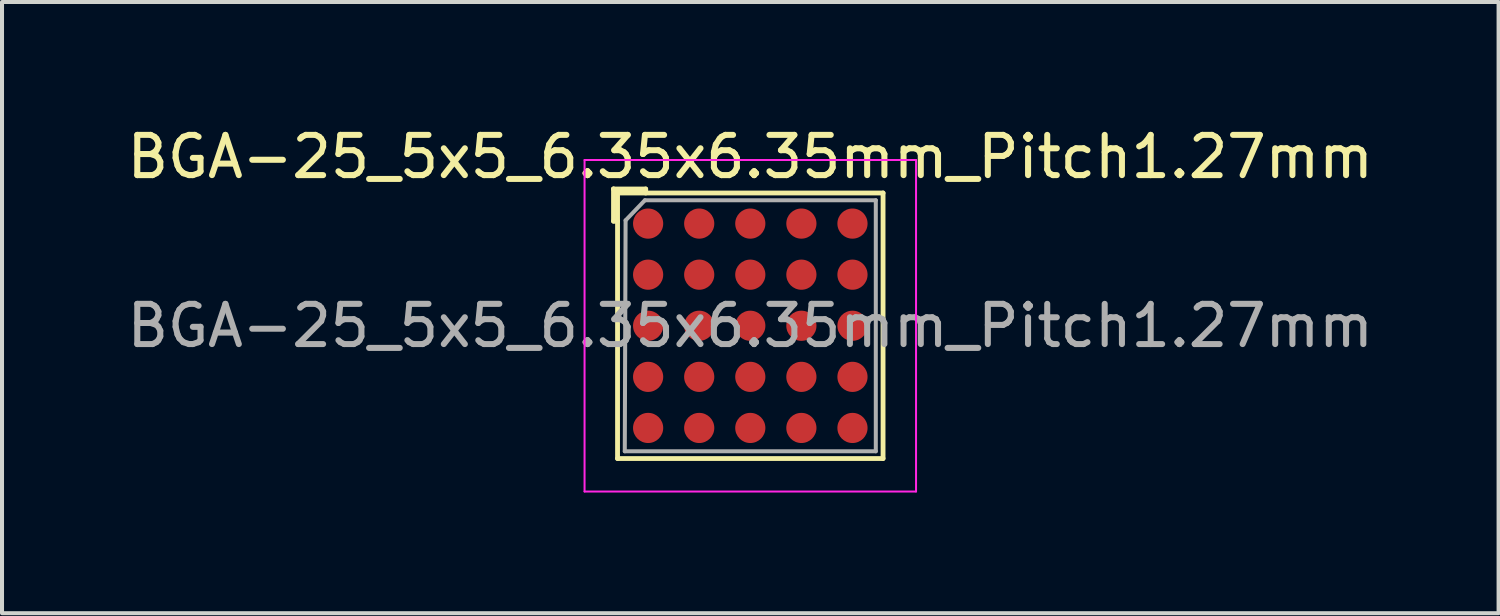
<source format=kicad_pcb>
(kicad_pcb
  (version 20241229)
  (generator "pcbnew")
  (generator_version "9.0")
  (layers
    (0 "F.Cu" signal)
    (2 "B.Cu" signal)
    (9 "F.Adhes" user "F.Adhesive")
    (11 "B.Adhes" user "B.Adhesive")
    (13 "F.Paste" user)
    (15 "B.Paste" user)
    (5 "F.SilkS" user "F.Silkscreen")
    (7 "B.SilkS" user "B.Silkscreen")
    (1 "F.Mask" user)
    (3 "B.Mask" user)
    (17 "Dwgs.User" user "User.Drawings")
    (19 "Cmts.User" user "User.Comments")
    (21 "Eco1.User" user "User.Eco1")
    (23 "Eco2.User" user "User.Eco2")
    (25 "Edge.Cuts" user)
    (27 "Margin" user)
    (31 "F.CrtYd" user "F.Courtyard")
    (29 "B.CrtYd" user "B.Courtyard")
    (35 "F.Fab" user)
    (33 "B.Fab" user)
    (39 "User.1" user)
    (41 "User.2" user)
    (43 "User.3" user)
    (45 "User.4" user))
  (footprint "BGA-25_5x5_6.35x6.35mm_Pitch1.27mm"
    (layer "F.Cu")
    (at 15.601 5.048)
    (property "Reference" "BGA-25_5x5_6.35x6.35mm_Pitch1.27mm" (at 0 -4.2 0) (layer "F.SilkS") (effects (font (size 1 1) (thickness 0.15))))
    (attr smd)
    (fp_line (start -3.4 -3.4) (end -3.4 -2.6) (stroke (width 0.12) (type solid)) (layer "F.SilkS"))
    (fp_line (start -3.4 -2.6) (end -3.3 -2.6) (stroke (width 0.12) (type solid)) (layer "F.SilkS"))
    (fp_line (start -3.3 -3.3) (end -3.4 -3.4) (stroke (width 0.12) (type solid)) (layer "F.SilkS"))
    (fp_line (start -3.3 -3.3) (end 3.3 -3.3) (stroke (width 0.12) (type solid)) (layer "F.SilkS"))
    (fp_line (start -3.3 3.3) (end -3.3 -3.3) (stroke (width 0.12) (type solid)) (layer "F.SilkS"))
    (fp_line (start -2.6 -3.4) (end -3.4 -3.4) (stroke (width 0.12) (type solid)) (layer "F.SilkS"))
    (fp_line (start -2.6 -3.4) (end -2.6 -3.3) (stroke (width 0.12) (type solid)) (layer "F.SilkS"))
    (fp_line (start 3.3 -3.3) (end 3.3 3.3) (stroke (width 0.12) (type solid)) (layer "F.SilkS"))
    (fp_line (start 3.3 3.3) (end -3.3 3.3) (stroke (width 0.12) (type solid)) (layer "F.SilkS"))
    (fp_line (start -4.12 -4.12) (end -4.12 4.12) (stroke (width 0.05) (type solid)) (layer "F.CrtYd"))
    (fp_line (start -4.12 -4.12) (end 4.12 -4.12) (stroke (width 0.05) (type solid)) (layer "F.CrtYd"))
    (fp_line (start 4.12 4.12) (end -4.12 4.12) (stroke (width 0.05) (type solid)) (layer "F.CrtYd"))
    (fp_line (start 4.12 4.12) (end 4.12 -4.12) (stroke (width 0.05) (type solid)) (layer "F.CrtYd"))
    (fp_line (start -3.12 3.12) (end -3.1 -2.62) (stroke (width 0.1) (type solid)) (layer "F.Fab"))
    (fp_line (start -3.1 -2.62) (end -2.62 -3.12) (stroke (width 0.1) (type solid)) (layer "F.Fab"))
    (fp_line (start -2.62 -3.12) (end 3.12 -3.12) (stroke (width 0.1) (type solid)) (layer "F.Fab"))
    (fp_line (start 3.12 -3.12) (end 3.12 3.12) (stroke (width 0.1) (type solid)) (layer "F.Fab"))
    (fp_line (start 3.12 3.12) (end -3.12 3.12) (stroke (width 0.1) (type solid)) (layer "F.Fab"))
    (fp_text user "${REFERENCE}" (at 0 0 0) (layer "F.Fab") (effects (font (size 1 1) (thickness 0.15))))
    (pad "A1" smd circle (at -2.54 -2.54) (size 0.75 0.75) (layers "F.Cu" "F.Mask" "F.Paste"))
    (pad "A2" smd circle (at -1.27 -2.54) (size 0.75 0.75) (layers "F.Cu" "F.Mask" "F.Paste"))
    (pad "A3" smd circle (at 0 -2.54) (size 0.75 0.75) (layers "F.Cu" "F.Mask" "F.Paste"))
    (pad "A4" smd circle (at 1.27 -2.54) (size 0.75 0.75) (layers "F.Cu" "F.Mask" "F.Paste"))
    (pad "A5" smd circle (at 2.54 -2.54) (size 0.75 0.75) (layers "F.Cu" "F.Mask" "F.Paste"))
    (pad "B1" smd circle (at -2.54 -1.27) (size 0.75 0.75) (layers "F.Cu" "F.Mask" "F.Paste"))
    (pad "B2" smd circle (at -1.27 -1.27) (size 0.75 0.75) (layers "F.Cu" "F.Mask" "F.Paste"))
    (pad "B3" smd circle (at 0 -1.27) (size 0.75 0.75) (layers "F.Cu" "F.Mask" "F.Paste"))
    (pad "B4" smd circle (at 1.27 -1.27) (size 0.75 0.75) (layers "F.Cu" "F.Mask" "F.Paste"))
    (pad "B5" smd circle (at 2.54 -1.27) (size 0.75 0.75) (layers "F.Cu" "F.Mask" "F.Paste"))
    (pad "C1" smd circle (at -2.54 0) (size 0.75 0.75) (layers "F.Cu" "F.Mask" "F.Paste"))
    (pad "C2" smd circle (at -1.27 0) (size 0.75 0.75) (layers "F.Cu" "F.Mask" "F.Paste"))
    (pad "C3" smd circle (at 0 0) (size 0.75 0.75) (layers "F.Cu" "F.Mask" "F.Paste"))
    (pad "C4" smd circle (at 1.27 0) (size 0.75 0.75) (layers "F.Cu" "F.Mask" "F.Paste"))
    (pad "C5" smd circle (at 2.54 0) (size 0.75 0.75) (layers "F.Cu" "F.Mask" "F.Paste"))
    (pad "D1" smd circle (at -2.54 1.27) (size 0.75 0.75) (layers "F.Cu" "F.Mask" "F.Paste"))
    (pad "D2" smd circle (at -1.27 1.27) (size 0.75 0.75) (layers "F.Cu" "F.Mask" "F.Paste"))
    (pad "D3" smd circle (at 0 1.27) (size 0.75 0.75) (layers "F.Cu" "F.Mask" "F.Paste"))
    (pad "D4" smd circle (at 1.27 1.27) (size 0.75 0.75) (layers "F.Cu" "F.Mask" "F.Paste"))
    (pad "D5" smd circle (at 2.54 1.27) (size 0.75 0.75) (layers "F.Cu" "F.Mask" "F.Paste"))
    (pad "E1" smd circle (at -2.54 2.54) (size 0.75 0.75) (layers "F.Cu" "F.Mask" "F.Paste"))
    (pad "E2" smd circle (at -1.27 2.54) (size 0.75 0.75) (layers "F.Cu" "F.Mask" "F.Paste"))
    (pad "E3" smd circle (at 0 2.54) (size 0.75 0.75) (layers "F.Cu" "F.Mask" "F.Paste"))
    (pad "E4" smd circle (at 1.27 2.54) (size 0.75 0.75) (layers "F.Cu" "F.Mask" "F.Paste"))
    (pad "E5" smd circle (at 2.54 2.54) (size 0.75 0.75) (layers "F.Cu" "F.Mask" "F.Paste")))
  (gr_rect
    (start -3 -3)
    (end 34.202 12.193)
    (stroke (width 0.1) (type default))
    (fill no)
    (layer "Edge.Cuts")))
</source>
